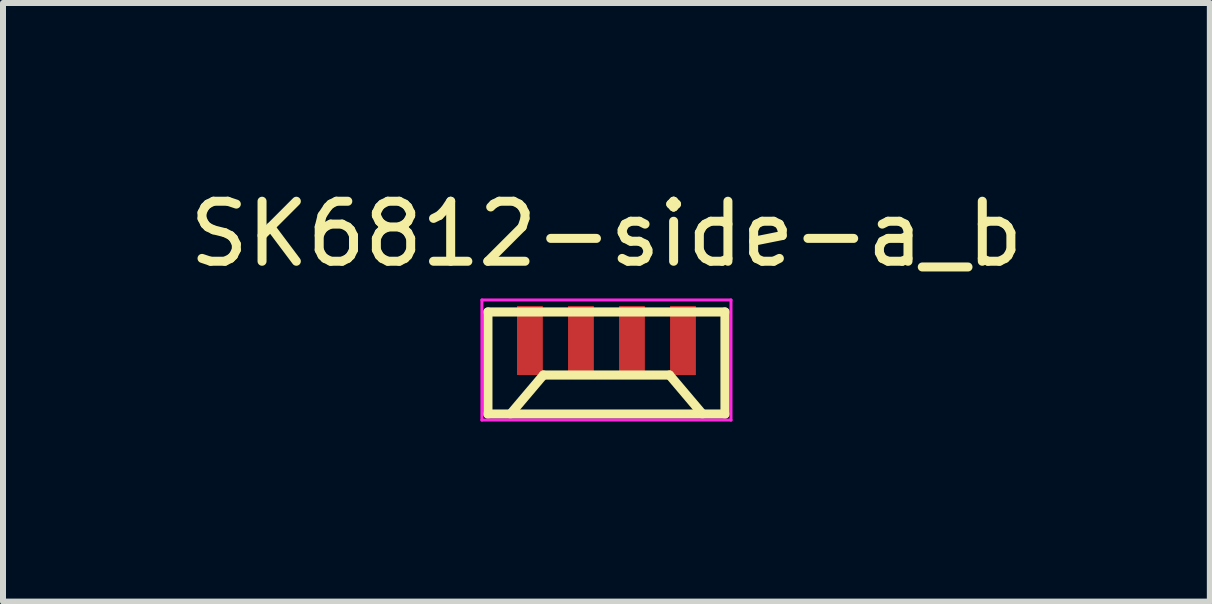
<source format=kicad_pcb>
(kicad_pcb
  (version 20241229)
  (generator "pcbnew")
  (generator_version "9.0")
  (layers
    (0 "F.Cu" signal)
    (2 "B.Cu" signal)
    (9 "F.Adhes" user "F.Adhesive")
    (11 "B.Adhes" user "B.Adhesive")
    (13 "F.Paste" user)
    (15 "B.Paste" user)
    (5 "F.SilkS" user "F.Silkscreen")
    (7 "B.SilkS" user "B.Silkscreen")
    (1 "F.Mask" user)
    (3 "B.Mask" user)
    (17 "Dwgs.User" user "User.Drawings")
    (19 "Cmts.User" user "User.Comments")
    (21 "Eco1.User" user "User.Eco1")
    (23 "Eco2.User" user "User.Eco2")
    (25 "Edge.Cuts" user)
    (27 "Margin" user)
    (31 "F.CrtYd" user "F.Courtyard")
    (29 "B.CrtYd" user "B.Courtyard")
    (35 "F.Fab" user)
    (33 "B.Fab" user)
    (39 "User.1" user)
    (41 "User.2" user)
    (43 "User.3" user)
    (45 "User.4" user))
  (footprint "SK6812-side-a_b"
    (layer "F.Cu")
    (at 7.054 2.948)
    (property "Reference" "SK6812-side-a_b" (at 0 -2.1 0) (layer "F.SilkS") (effects (font (size 1 1) (thickness 0.15))))
    (attr smd)
    (fp_line (start -1.975 -0.8) (end -1.975 0.9) (stroke (width 0.152) (type solid)) (layer "F.SilkS"))
    (fp_line (start -1.975 -0.8) (end 1.975 -0.8) (stroke (width 0.152) (type solid)) (layer "F.SilkS"))
    (fp_line (start -1.975 0.9) (end 1.975 0.9) (stroke (width 0.152) (type solid)) (layer "F.SilkS"))
    (fp_line (start -1.05 0.25) (end -1.6 0.9) (stroke (width 0.152) (type solid)) (layer "F.SilkS"))
    (fp_line (start -1.05 0.25) (end 1.05 0.25) (stroke (width 0.152) (type solid)) (layer "F.SilkS"))
    (fp_line (start 1.05 0.25) (end 1.6 0.9) (stroke (width 0.152) (type solid)) (layer "F.SilkS"))
    (fp_line (start 1.975 -0.8) (end 1.975 0.9) (stroke (width 0.152) (type solid)) (layer "F.SilkS"))
    (fp_line (start -2.075 -1) (end -2.075 1) (stroke (width 0.05) (type solid)) (layer "F.CrtYd"))
    (fp_line (start -2.075 -1) (end 2.075 -1) (stroke (width 0.05) (type solid)) (layer "F.CrtYd"))
    (fp_line (start -2.075 1) (end 2.075 1) (stroke (width 0.05) (type solid)) (layer "F.CrtYd"))
    (fp_line (start 2.075 -1) (end 2.075 1) (stroke (width 0.05) (type solid)) (layer "F.CrtYd"))
    (pad "1" smd custom (at 1.275 -0.325) (size 0.43 1.15) (layers "F.Cu" "F.Mask" "F.Paste") (options (anchor rect)) (primitives))
    (pad "2" smd rect (at 0.425 -0.325) (size 0.43 1.15) (layers "F.Cu" "F.Mask" "F.Paste"))
    (pad "3" smd rect (at -0.425 -0.325) (size 0.43 1.15) (layers "F.Cu" "F.Mask" "F.Paste"))
    (pad "4" smd custom (at -1.275 -0.325) (size 0.43 1.15) (layers "F.Cu" "F.Mask" "F.Paste") (options (anchor rect)) (primitives)))
  (gr_rect
    (start -3 -3)
    (end 17.107 6.973)
    (stroke (width 0.1) (type default))
    (fill no)
    (layer "Edge.Cuts")))
</source>
